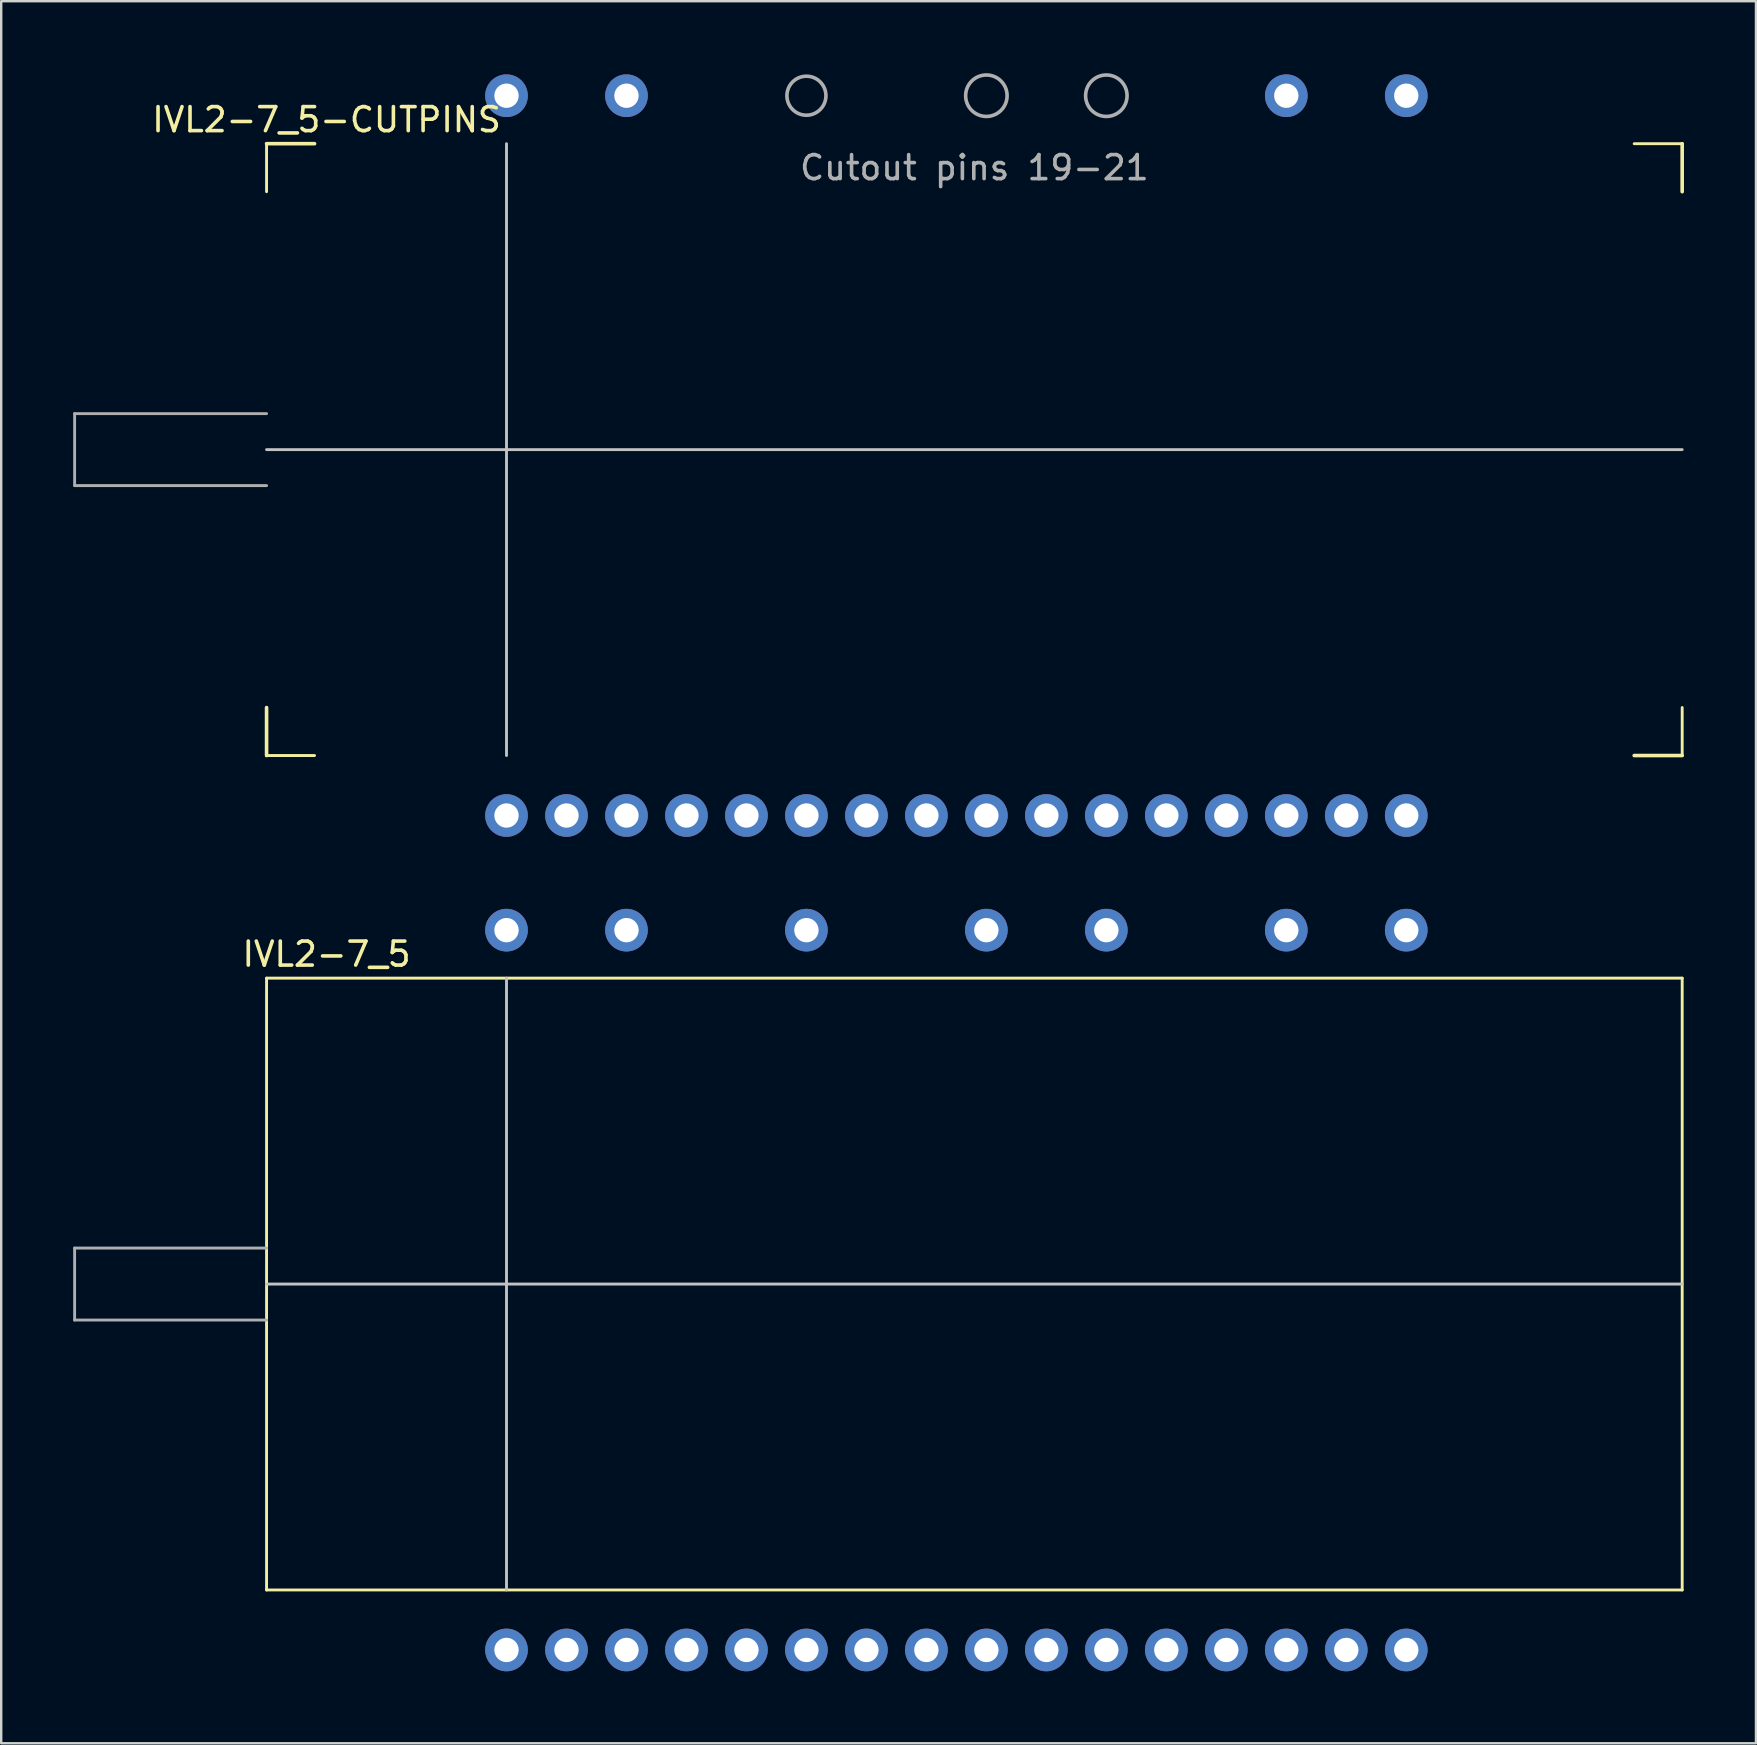
<source format=kicad_pcb>
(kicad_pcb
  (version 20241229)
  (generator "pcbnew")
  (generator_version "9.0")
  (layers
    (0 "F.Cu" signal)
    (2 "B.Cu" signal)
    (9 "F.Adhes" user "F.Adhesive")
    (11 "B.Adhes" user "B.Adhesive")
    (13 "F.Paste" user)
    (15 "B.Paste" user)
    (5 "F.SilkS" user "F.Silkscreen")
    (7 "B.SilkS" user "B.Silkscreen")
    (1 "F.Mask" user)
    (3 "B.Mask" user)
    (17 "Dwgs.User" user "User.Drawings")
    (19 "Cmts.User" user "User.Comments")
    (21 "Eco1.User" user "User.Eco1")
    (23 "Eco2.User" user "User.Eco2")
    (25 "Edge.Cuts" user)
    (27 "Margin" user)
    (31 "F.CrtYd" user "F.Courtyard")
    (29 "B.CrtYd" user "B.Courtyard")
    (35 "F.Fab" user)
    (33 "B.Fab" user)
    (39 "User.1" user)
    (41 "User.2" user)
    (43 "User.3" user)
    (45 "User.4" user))
  (footprint "IVL2-7_5"
    (layer "F.Cu")
    (at 8.06 37.717)
    (property "Reference" "IVL2-7_5" (at 2.5 -1 0) (layer "F.SilkS") (effects (font (size 1 1) (thickness 0.15))))
    (attr through_hole)
    (fp_line (start 0 0) (end 0 25.5) (stroke (width 0.12) (type solid)) (layer "F.SilkS"))
    (fp_line (start 0 0) (end 59 0) (stroke (width 0.12) (type solid)) (layer "F.SilkS"))
    (fp_line (start 0 25.5) (end 59 25.5) (stroke (width 0.12) (type solid)) (layer "F.SilkS"))
    (fp_line (start 59 25.5) (end 59 0) (stroke (width 0.12) (type solid)) (layer "F.SilkS"))
    (fp_line (start 0 12.75) (end 59 12.75) (stroke (width 0.12) (type solid)) (layer "Dwgs.User"))
    (fp_line (start 10 25.5) (end 10 0) (stroke (width 0.12) (type solid)) (layer "Dwgs.User"))
    (fp_line (start -8 11.25) (end -8 14.25) (stroke (width 0.12) (type solid)) (layer "F.Fab"))
    (fp_line (start -8 14.25) (end 0 14.25) (stroke (width 0.12) (type solid)) (layer "F.Fab"))
    (fp_line (start 0 11.25) (end -8 11.25) (stroke (width 0.12) (type solid)) (layer "F.Fab"))
    (pad "1" thru_hole circle (at 10 28) (size 1.778 1.778) (drill 1.016) (layers "*.Cu" "*.Mask"))
    (pad "2" thru_hole circle (at 12.5 28) (size 1.778 1.778) (drill 1.016) (layers "*.Cu" "*.Mask"))
    (pad "3" thru_hole circle (at 15 28) (size 1.778 1.778) (drill 1.016) (layers "*.Cu" "*.Mask"))
    (pad "4" thru_hole circle (at 17.5 28) (size 1.778 1.778) (drill 1.016) (layers "*.Cu" "*.Mask"))
    (pad "5" thru_hole circle (at 20 28) (size 1.778 1.778) (drill 1.016) (layers "*.Cu" "*.Mask"))
    (pad "6" thru_hole circle (at 22.5 28) (size 1.778 1.778) (drill 1.016) (layers "*.Cu" "*.Mask"))
    (pad "7" thru_hole circle (at 25 28) (size 1.778 1.778) (drill 1.016) (layers "*.Cu" "*.Mask"))
    (pad "8" thru_hole circle (at 27.5 28) (size 1.778 1.778) (drill 1.016) (layers "*.Cu" "*.Mask"))
    (pad "9" thru_hole circle (at 30 28) (size 1.778 1.778) (drill 1.016) (layers "*.Cu" "*.Mask"))
    (pad "10" thru_hole circle (at 32.5 28) (size 1.778 1.778) (drill 1.016) (layers "*.Cu" "*.Mask"))
    (pad "11" thru_hole circle (at 35 28) (size 1.778 1.778) (drill 1.016) (layers "*.Cu" "*.Mask"))
    (pad "12" thru_hole circle (at 37.5 28) (size 1.778 1.778) (drill 1.016) (layers "*.Cu" "*.Mask"))
    (pad "13" thru_hole circle (at 40 28) (size 1.778 1.778) (drill 1.016) (layers "*.Cu" "*.Mask"))
    (pad "14" thru_hole circle (at 42.5 28) (size 1.778 1.778) (drill 1.016) (layers "*.Cu" "*.Mask"))
    (pad "15" thru_hole circle (at 45 28) (size 1.778 1.778) (drill 1.016) (layers "*.Cu" "*.Mask"))
    (pad "16" thru_hole circle (at 47.5 28) (size 1.778 1.778) (drill 1.016) (layers "*.Cu" "*.Mask"))
    (pad "17" thru_hole circle (at 47.5 -2) (size 1.778 1.778) (drill 1.016) (layers "*.Cu" "*.Mask"))
    (pad "18" thru_hole circle (at 42.5 -2) (size 1.778 1.778) (drill 1.016) (layers "*.Cu" "*.Mask"))
    (pad "19" thru_hole circle (at 35 -2) (size 1.778 1.778) (drill 1.016) (layers "*.Cu" "*.Mask"))
    (pad "20" thru_hole circle (at 30 -2) (size 1.778 1.778) (drill 1.016) (layers "*.Cu" "*.Mask"))
    (pad "21" thru_hole circle (at 22.5 -2) (size 1.778 1.778) (drill 1.016) (layers "*.Cu" "*.Mask"))
    (pad "22" thru_hole circle (at 15 -2) (size 1.778 1.778) (drill 1.016) (layers "*.Cu" "*.Mask"))
    (pad "23" thru_hole circle (at 10 -2) (size 1.778 1.778) (drill 1.016) (layers "*.Cu" "*.Mask")))
  (footprint "IVL2-7_5-CUTPINS"
    (layer "F.Cu")
    (at 8.06 2.939)
    (property "Reference" "IVL2-7_5-CUTPINS" (at 2.5 -1 0) (layer "F.SilkS") (effects (font (size 1 1) (thickness 0.15))))
    (attr through_hole)
    (fp_line (start 0 0) (end 0 2) (stroke (width 0.12) (type solid)) (layer "F.SilkS"))
    (fp_line (start 0 0) (end 2 0) (stroke (width 0.15) (type solid)) (layer "F.SilkS"))
    (fp_line (start 0 25.5) (end 0 23.5) (stroke (width 0.15) (type solid)) (layer "F.SilkS"))
    (fp_line (start 0 25.5) (end 2 25.5) (stroke (width 0.12) (type solid)) (layer "F.SilkS"))
    (fp_line (start 57 0) (end 59 0) (stroke (width 0.12) (type solid)) (layer "F.SilkS"))
    (fp_line (start 59 0) (end 59 2) (stroke (width 0.15) (type solid)) (layer "F.SilkS"))
    (fp_line (start 59 25.5) (end 57 25.5) (stroke (width 0.15) (type solid)) (layer "F.SilkS"))
    (fp_line (start 59 25.5) (end 59 23.5) (stroke (width 0.12) (type solid)) (layer "F.SilkS"))
    (fp_line (start 0 12.75) (end 59 12.75) (stroke (width 0.12) (type solid)) (layer "Dwgs.User"))
    (fp_line (start 10 25.5) (end 10 0) (stroke (width 0.12) (type solid)) (layer "Dwgs.User"))
    (fp_line (start -8 11.25) (end -8 14.25) (stroke (width 0.12) (type solid)) (layer "F.Fab"))
    (fp_line (start -8 14.25) (end 0 14.25) (stroke (width 0.12) (type solid)) (layer "F.Fab"))
    (fp_line (start 0 11.25) (end -8 11.25) (stroke (width 0.12) (type solid)) (layer "F.Fab"))
    (fp_circle (center 22.5 -2) (end 23.313 -2) (stroke (width 0.15) (type solid)) (fill no) (layer "F.Fab"))
    (fp_circle (center 30 -2) (end 30.864 -2) (stroke (width 0.15) (type solid)) (fill no) (layer "F.Fab"))
    (fp_circle (center 35 -2) (end 35.864 -2) (stroke (width 0.15) (type solid)) (fill no) (layer "F.Fab"))
    (fp_text user "Cutout pins 19-21" (at 29.5 1 0) (layer "F.Fab") (effects (font (size 1 1) (thickness 0.15))))
    (pad "1" thru_hole circle (at 10 28) (size 1.778 1.778) (drill 1.016) (layers "*.Cu" "*.Mask"))
    (pad "2" thru_hole circle (at 12.5 28) (size 1.778 1.778) (drill 1.016) (layers "*.Cu" "*.Mask"))
    (pad "3" thru_hole circle (at 15 28) (size 1.778 1.778) (drill 1.016) (layers "*.Cu" "*.Mask"))
    (pad "4" thru_hole circle (at 17.5 28) (size 1.778 1.778) (drill 1.016) (layers "*.Cu" "*.Mask"))
    (pad "5" thru_hole circle (at 20 28) (size 1.778 1.778) (drill 1.016) (layers "*.Cu" "*.Mask"))
    (pad "6" thru_hole circle (at 22.5 28) (size 1.778 1.778) (drill 1.016) (layers "*.Cu" "*.Mask"))
    (pad "7" thru_hole circle (at 25 28) (size 1.778 1.778) (drill 1.016) (layers "*.Cu" "*.Mask"))
    (pad "8" thru_hole circle (at 27.5 28) (size 1.778 1.778) (drill 1.016) (layers "*.Cu" "*.Mask"))
    (pad "9" thru_hole circle (at 30 28) (size 1.778 1.778) (drill 1.016) (layers "*.Cu" "*.Mask"))
    (pad "10" thru_hole circle (at 32.5 28) (size 1.778 1.778) (drill 1.016) (layers "*.Cu" "*.Mask"))
    (pad "11" thru_hole circle (at 35 28) (size 1.778 1.778) (drill 1.016) (layers "*.Cu" "*.Mask"))
    (pad "12" thru_hole circle (at 37.5 28) (size 1.778 1.778) (drill 1.016) (layers "*.Cu" "*.Mask"))
    (pad "13" thru_hole circle (at 40 28) (size 1.778 1.778) (drill 1.016) (layers "*.Cu" "*.Mask"))
    (pad "14" thru_hole circle (at 42.5 28) (size 1.778 1.778) (drill 1.016) (layers "*.Cu" "*.Mask"))
    (pad "15" thru_hole circle (at 45 28) (size 1.778 1.778) (drill 1.016) (layers "*.Cu" "*.Mask"))
    (pad "16" thru_hole circle (at 47.5 28) (size 1.778 1.778) (drill 1.016) (layers "*.Cu" "*.Mask"))
    (pad "17" thru_hole circle (at 47.5 -2) (size 1.778 1.778) (drill 1.016) (layers "*.Cu" "*.Mask"))
    (pad "18" thru_hole circle (at 42.5 -2) (size 1.778 1.778) (drill 1.016) (layers "*.Cu" "*.Mask"))
    (pad "22" thru_hole circle (at 15 -2) (size 1.778 1.778) (drill 1.016) (layers "*.Cu" "*.Mask"))
    (pad "23" thru_hole circle (at 10 -2) (size 1.778 1.778) (drill 1.016) (layers "*.Cu" "*.Mask")))
  (gr_rect
    (start -3 -3)
    (end 70.135 69.606)
    (stroke (width 0.1) (type default))
    (fill no)
    (layer "Edge.Cuts")))
</source>
